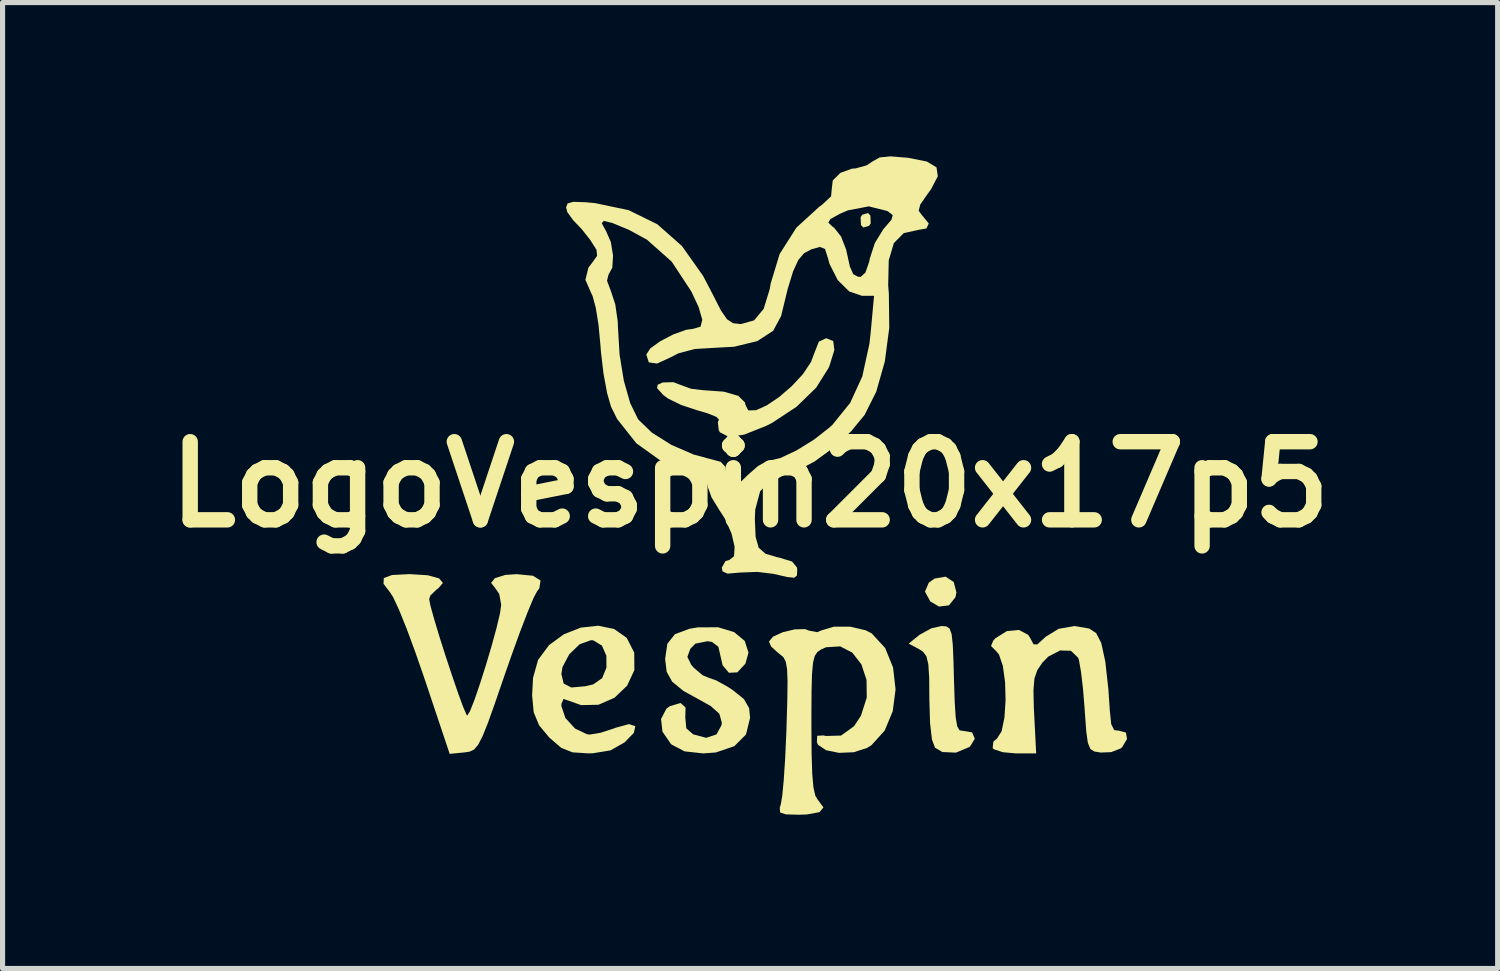
<source format=kicad_pcb>
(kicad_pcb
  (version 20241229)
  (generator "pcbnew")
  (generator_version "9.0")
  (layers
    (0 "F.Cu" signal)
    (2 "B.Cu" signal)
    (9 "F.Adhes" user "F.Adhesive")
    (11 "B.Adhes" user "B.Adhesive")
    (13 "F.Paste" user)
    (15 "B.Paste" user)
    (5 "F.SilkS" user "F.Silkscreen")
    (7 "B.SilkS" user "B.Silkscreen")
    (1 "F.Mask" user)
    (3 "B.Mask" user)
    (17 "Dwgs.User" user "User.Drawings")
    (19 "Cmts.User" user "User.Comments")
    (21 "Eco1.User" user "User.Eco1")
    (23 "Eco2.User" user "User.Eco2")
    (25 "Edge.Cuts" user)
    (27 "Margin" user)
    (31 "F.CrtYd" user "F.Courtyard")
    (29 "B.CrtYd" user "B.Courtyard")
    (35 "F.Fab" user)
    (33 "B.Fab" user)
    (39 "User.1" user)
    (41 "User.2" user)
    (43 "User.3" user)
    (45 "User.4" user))
  (footprint "LogoVespin20x17p5"
    (layer "F.Cu")
    (at 11.582 6.401)
    (property "Reference" "LogoVespin20x17p5" (at 0 0 0) (layer "F.SilkS") (effects (font (size 1.524 1.524) (thickness 0.3))))
    (attr board_only exclude_from_pos_files exclude_from_bom)
    (fp_poly (pts (xy 2.347 -5.246) (xy 2.353 -5.093) (xy 2.321 -5.046) (xy 2.209 -5.013) (xy 2.163 -5.062) (xy 2.156 -5.214) (xy 2.188 -5.262) (xy 2.301 -5.295)) (stroke (width 0) (type solid)) (fill yes) (layer "F.SilkS"))
    (fp_poly (pts (xy 3.972 1.902) (xy 4.025 2.103) (xy 4.007 2.198) (xy 3.879 2.358) (xy 3.685 2.381) (xy 3.516 2.282) (xy 3.411 2.089) (xy 3.487 1.914) (xy 3.6 1.835) (xy 3.814 1.798)) (stroke (width 0) (type solid)) (fill yes) (layer "F.SilkS"))
    (fp_poly (pts (xy 3.828 2.768) (xy 3.891 2.809) (xy 3.931 2.917) (xy 3.954 3.123) (xy 3.968 3.458) (xy 3.977 3.796) (xy 3.992 4.248) (xy 4.011 4.545) (xy 4.041 4.718) (xy 4.086 4.795) (xy 4.153 4.807) (xy 4.157 4.806) (xy 4.331 4.836) (xy 4.384 4.959) (xy 4.293 5.108) (xy 4.276 5.122) (xy 4.015 5.231) (xy 3.751 5.219) (xy 3.608 5.135) (xy 3.548 4.978) (xy 3.511 4.658) (xy 3.497 4.195) (xy 3.497 4.172) (xy 3.494 3.768) (xy 3.477 3.507) (xy 3.44 3.352) (xy 3.374 3.262) (xy 3.296 3.212) (xy 3.094 3.104) (xy 3.306 2.932) (xy 3.536 2.805) (xy 3.734 2.761)) (stroke (width 0) (type solid)) (fill yes) (layer "F.SilkS"))
    (fp_poly (pts (xy 1.622 -2.798) (xy 1.644 -2.623) (xy 1.55 -2.318) (xy 1.532 -2.275) (xy 1.288 -1.887) (xy 0.906 -1.516) (xy 0.433 -1.204) (xy 0.313 -1.143) (xy -0.118 -0.972) (xy -0.418 -0.93) (xy -0.589 -1.018) (xy -0.612 -1.062) (xy -0.629 -1.218) (xy -0.607 -1.264) (xy -0.654 -1.317) (xy -0.836 -1.391) (xy -1.033 -1.448) (xy -1.344 -1.551) (xy -1.603 -1.678) (xy -1.696 -1.748) (xy -1.815 -1.88) (xy -1.802 -1.946) (xy -1.707 -1.99) (xy -1.497 -1.996) (xy -1.369 -1.947) (xy -1.149 -1.867) (xy -0.933 -1.841) (xy -0.514 -1.811) (xy -0.229 -1.729) (xy -0.098 -1.599) (xy -0.092 -1.558) (xy -0.036 -1.446) (xy 0.113 -1.448) (xy 0.325 -1.543) (xy 0.568 -1.707) (xy 0.813 -1.918) (xy 1.031 -2.153) (xy 1.189 -2.391) (xy 1.253 -2.562) (xy 1.341 -2.786) (xy 1.484 -2.853)) (stroke (width 0) (type solid)) (fill yes) (layer "F.SilkS"))
    (fp_poly (pts (xy -2.654 2.818) (xy -2.407 2.991) (xy -2.26 3.279) (xy -2.257 3.621) (xy -2.399 3.925) (xy -2.645 4.16) (xy -2.958 4.297) (xy -3.296 4.304) (xy -3.503 4.23) (xy -3.639 4.184) (xy -3.68 4.278) (xy -3.681 4.322) (xy -3.603 4.555) (xy -3.414 4.761) (xy -3.181 4.872) (xy -3.126 4.878) (xy -2.916 4.843) (xy -2.651 4.757) (xy -2.622 4.745) (xy -2.362 4.674) (xy -2.239 4.715) (xy -2.267 4.845) (xy -2.447 5.03) (xy -2.721 5.186) (xy -3.066 5.243) (xy -3.161 5.245) (xy -3.466 5.225) (xy -3.683 5.138) (xy -3.908 4.945) (xy -3.92 4.933) (xy -4.116 4.697) (xy -4.221 4.444) (xy -4.252 4.115) (xy -4.234 3.773) (xy -4.213 3.697) (xy -3.681 3.697) (xy -3.636 3.883) (xy -3.487 3.96) (xy -3.209 3.935) (xy -3.059 3.899) (xy -2.886 3.778) (xy -2.802 3.572) (xy -2.804 3.34) (xy -2.89 3.143) (xy -3.057 3.041) (xy -3.103 3.037) (xy -3.324 3.116) (xy -3.528 3.313) (xy -3.66 3.562) (xy -3.681 3.697) (xy -4.213 3.697) (xy -4.135 3.421) (xy -3.923 3.134) (xy -3.633 2.922) (xy -3.302 2.792) (xy -2.964 2.755)) (stroke (width 0) (type solid)) (fill yes) (layer "F.SilkS"))
    (fp_poly (pts (xy -0.311 2.88) (xy -0.104 3.052) (xy -0.031 3.279) (xy -0.09 3.494) (xy -0.248 3.665) (xy -0.413 3.673) (xy -0.536 3.527) (xy -0.569 3.382) (xy -0.619 3.165) (xy -0.743 3.072) (xy -0.828 3.057) (xy -1.068 3.105) (xy -1.167 3.207) (xy -1.223 3.364) (xy -1.149 3.516) (xy -1.095 3.578) (xy -0.926 3.721) (xy -0.8 3.773) (xy -0.66 3.822) (xy -0.44 3.944) (xy -0.343 4.007) (xy -0.119 4.187) (xy -0.019 4.363) (xy 0 4.552) (xy -0.079 4.876) (xy -0.308 5.105) (xy -0.67 5.228) (xy -0.915 5.246) (xy -1.278 5.206) (xy -1.527 5.076) (xy -1.547 5.058) (xy -1.709 4.822) (xy -1.737 4.574) (xy -1.632 4.373) (xy -1.563 4.324) (xy -1.357 4.262) (xy -1.259 4.35) (xy -1.264 4.545) (xy -1.244 4.757) (xy -1.11 4.874) (xy -0.856 4.942) (xy -0.655 4.875) (xy -0.556 4.693) (xy -0.552 4.643) (xy -0.599 4.473) (xy -0.765 4.324) (xy -0.943 4.224) (xy -1.303 4.025) (xy -1.52 3.847) (xy -1.627 3.653) (xy -1.657 3.407) (xy -1.657 3.402) (xy -1.614 3.107) (xy -1.466 2.92) (xy -1.181 2.814) (xy -1.018 2.787) (xy -0.624 2.785)) (stroke (width 0) (type solid)) (fill yes) (layer "F.SilkS"))
    (fp_poly (pts (xy -4.237 1.78) (xy -4.088 1.872) (xy -4.11 2.023) (xy -4.156 2.086) (xy -4.226 2.218) (xy -4.341 2.494) (xy -4.489 2.879) (xy -4.657 3.343) (xy -4.787 3.715) (xy -4.973 4.255) (xy -5.112 4.646) (xy -5.219 4.912) (xy -5.305 5.078) (xy -5.384 5.17) (xy -5.469 5.211) (xy -5.573 5.227) (xy -5.577 5.227) (xy -5.86 5.255) (xy -6.356 3.773) (xy -6.531 3.269) (xy -6.698 2.817) (xy -6.846 2.45) (xy -6.961 2.202) (xy -7.015 2.115) (xy -7.151 1.937) (xy -7.145 1.825) (xy -6.986 1.766) (xy -6.658 1.749) (xy -6.632 1.749) (xy -6.285 1.771) (xy -6.066 1.832) (xy -5.992 1.92) (xy -6.082 2.026) (xy -6.107 2.041) (xy -6.236 2.165) (xy -6.26 2.236) (xy -6.234 2.37) (xy -6.163 2.626) (xy -6.061 2.965) (xy -5.94 3.345) (xy -5.813 3.728) (xy -5.695 4.073) (xy -5.597 4.34) (xy -5.532 4.49) (xy -5.518 4.508) (xy -5.466 4.427) (xy -5.379 4.209) (xy -5.272 3.896) (xy -5.155 3.529) (xy -5.042 3.149) (xy -4.946 2.798) (xy -4.879 2.516) (xy -4.855 2.346) (xy -4.893 2.136) (xy -4.97 2.024) (xy -5.052 1.92) (xy -4.978 1.827) (xy -4.774 1.764) (xy -4.555 1.749)) (stroke (width 0) (type solid)) (fill yes) (layer "F.SilkS"))
    (fp_poly (pts (xy 6.615 2.81) (xy 6.751 2.899) (xy 6.85 3.091) (xy 6.929 3.452) (xy 6.989 3.989) (xy 7.018 4.417) (xy 7.045 4.676) (xy 7.103 4.791) (xy 7.201 4.804) (xy 7.332 4.839) (xy 7.353 4.965) (xy 7.26 5.121) (xy 7.23 5.149) (xy 7.044 5.221) (xy 6.839 5.229) (xy 6.716 5.209) (xy 6.637 5.158) (xy 6.589 5.039) (xy 6.558 4.817) (xy 6.531 4.453) (xy 6.526 4.371) (xy 6.494 3.982) (xy 6.455 3.651) (xy 6.416 3.429) (xy 6.401 3.382) (xy 6.259 3.244) (xy 6.047 3.238) (xy 5.818 3.357) (xy 5.703 3.474) (xy 5.603 3.622) (xy 5.547 3.784) (xy 5.528 4.012) (xy 5.535 4.357) (xy 5.542 4.486) (xy 5.581 5.246) (xy 5.189 5.246) (xy 4.932 5.223) (xy 4.759 5.167) (xy 4.732 5.142) (xy 4.745 5.018) (xy 4.819 4.953) (xy 4.907 4.813) (xy 4.962 4.546) (xy 4.984 4.209) (xy 4.974 3.855) (xy 4.931 3.54) (xy 4.856 3.318) (xy 4.809 3.26) (xy 4.7 3.15) (xy 4.745 3.043) (xy 4.786 2.999) (xy 5.009 2.86) (xy 5.244 2.837) (xy 5.426 2.933) (xy 5.465 2.996) (xy 5.53 3.118) (xy 5.603 3.119) (xy 5.74 2.995) (xy 5.762 2.973) (xy 6.018 2.816) (xy 6.327 2.761)) (stroke (width 0) (type solid)) (fill yes) (layer "F.SilkS"))
    (fp_poly (pts (xy 2.255 2.844) (xy 2.373 2.905) (xy 2.635 3.19) (xy 2.789 3.57) (xy 2.838 3.997) (xy 2.783 4.423) (xy 2.625 4.802) (xy 2.368 5.085) (xy 2.28 5.14) (xy 2.021 5.223) (xy 1.735 5.235) (xy 1.483 5.184) (xy 1.325 5.078) (xy 1.303 5.025) (xy 1.31 4.902) (xy 1.433 4.895) (xy 1.478 4.906) (xy 1.774 4.898) (xy 2.028 4.715) (xy 2.162 4.511) (xy 2.276 4.158) (xy 2.272 3.814) (xy 2.172 3.51) (xy 1.994 3.28) (xy 1.758 3.158) (xy 1.483 3.175) (xy 1.389 3.216) (xy 1.314 3.267) (xy 1.262 3.344) (xy 1.228 3.477) (xy 1.208 3.698) (xy 1.199 4.034) (xy 1.196 4.516) (xy 1.196 4.685) (xy 1.2 5.24) (xy 1.212 5.637) (xy 1.235 5.905) (xy 1.272 6.069) (xy 1.325 6.158) (xy 1.333 6.165) (xy 1.431 6.3) (xy 1.354 6.392) (xy 1.106 6.437) (xy 0.95 6.442) (xy 0.696 6.435) (xy 0.586 6.398) (xy 0.579 6.306) (xy 0.6 6.235) (xy 0.628 6.07) (xy 0.657 5.761) (xy 0.684 5.348) (xy 0.706 4.871) (xy 0.711 4.723) (xy 0.726 4.207) (xy 0.731 3.845) (xy 0.722 3.605) (xy 0.696 3.456) (xy 0.649 3.368) (xy 0.579 3.309) (xy 0.561 3.297) (xy 0.412 3.163) (xy 0.368 3.065) (xy 0.448 2.968) (xy 0.64 2.881) (xy 0.872 2.826) (xy 1.073 2.821) (xy 1.147 2.85) (xy 1.311 2.881) (xy 1.384 2.849) (xy 1.632 2.774) (xy 1.953 2.774)) (stroke (width 0) (type solid)) (fill yes) (layer "F.SilkS"))
    (fp_poly (pts (xy 3.077 -6.373) (xy 3.088 -6.372) (xy 3.449 -6.3) (xy 3.637 -6.186) (xy 3.662 -6.013) (xy 3.532 -5.762) (xy 3.461 -5.665) (xy 3.32 -5.461) (xy 3.289 -5.34) (xy 3.357 -5.248) (xy 3.361 -5.244) (xy 3.486 -5.091) (xy 3.44 -4.994) (xy 3.29 -4.968) (xy 2.998 -4.904) (xy 2.805 -4.709) (xy 2.705 -4.373) (xy 2.694 -3.886) (xy 2.707 -3.721) (xy 2.715 -3.057) (xy 2.629 -2.402) (xy 2.461 -1.81) (xy 2.234 -1.357) (xy 1.967 -1.033) (xy 1.624 -0.716) (xy 1.257 -0.448) (xy 0.918 -0.268) (xy 0.767 -0.222) (xy 0.413 -0.096) (xy 0.196 0.134) (xy 0.101 0.489) (xy 0.093 0.671) (xy 0.108 1.022) (xy 0.168 1.234) (xy 0.303 1.352) (xy 0.54 1.421) (xy 0.575 1.428) (xy 0.819 1.503) (xy 0.915 1.619) (xy 0.92 1.667) (xy 0.914 1.775) (xy 0.863 1.819) (xy 0.723 1.805) (xy 0.46 1.744) (xy 0.138 1.705) (xy -0.197 1.718) (xy -0.207 1.719) (xy -0.438 1.739) (xy -0.537 1.696) (xy -0.552 1.622) (xy -0.479 1.493) (xy -0.404 1.472) (xy -0.313 1.4) (xy -0.302 1.213) (xy -0.362 0.957) (xy -0.483 0.68) (xy -0.606 0.489) (xy -0.75 0.255) (xy -0.825 0.047) (xy -0.828 0.013) (xy -0.891 -0.137) (xy -1.101 -0.228) (xy -1.127 -0.234) (xy -1.722 -0.448) (xy -2.219 -0.804) (xy -2.594 -1.278) (xy -2.713 -1.518) (xy -2.789 -1.782) (xy -2.859 -2.161) (xy -2.909 -2.585) (xy -2.919 -2.715) (xy -2.956 -3.112) (xy -3.011 -3.451) (xy -3.073 -3.679) (xy -3.096 -3.725) (xy -3.212 -3.992) (xy -3.154 -4.23) (xy -3.073 -4.336) (xy -2.984 -4.461) (xy -2.997 -4.58) (xy -3.115 -4.766) (xy -3.286 -4.983) (xy -3.396 -5.098) (xy -2.894 -5.098) (xy -2.822 -4.964) (xy -2.812 -4.949) (xy -2.716 -4.729) (xy -2.673 -4.465) (xy -2.688 -4.229) (xy -2.761 -4.095) (xy -2.791 -3.976) (xy -2.715 -3.773) (xy -2.63 -3.515) (xy -2.582 -3.184) (xy -2.577 -3.058) (xy -2.546 -2.534) (xy -2.463 -2.026) (xy -2.339 -1.588) (xy -2.186 -1.276) (xy -2.179 -1.266) (xy -1.915 -1.011) (xy -1.534 -0.772) (xy -1.103 -0.585) (xy -0.8 -0.503) (xy -0.574 -0.443) (xy -0.479 -0.342) (xy -0.46 -0.174) (xy -0.439 0.025) (xy -0.362 0.075) (xy -0.21 -0.024) (xy -0.046 -0.184) (xy 0.152 -0.358) (xy 0.321 -0.454) (xy 0.356 -0.46) (xy 0.593 -0.517) (xy 0.909 -0.666) (xy 1.248 -0.876) (xy 1.552 -1.114) (xy 1.608 -1.166) (xy 1.953 -1.593) (xy 2.189 -2.108) (xy 2.328 -2.745) (xy 2.355 -2.989) (xy 2.418 -3.681) (xy 2.182 -3.681) (xy 1.934 -3.765) (xy 1.709 -3.988) (xy 1.549 -4.304) (xy 1.519 -4.415) (xy 1.462 -4.594) (xy 1.361 -4.634) (xy 1.195 -4.587) (xy 1.055 -4.513) (xy 0.941 -4.38) (xy 0.839 -4.157) (xy 0.734 -3.815) (xy 0.614 -3.324) (xy 0.606 -3.287) (xy 0.45 -2.998) (xy 0.14 -2.797) (xy -0.311 -2.687) (xy -0.644 -2.669) (xy -1.079 -2.643) (xy -1.397 -2.559) (xy -1.547 -2.482) (xy -1.815 -2.359) (xy -1.975 -2.382) (xy -2.025 -2.534) (xy -1.947 -2.654) (xy -1.752 -2.795) (xy -1.499 -2.927) (xy -1.248 -3.017) (xy -1.108 -3.037) (xy -0.967 -3.078) (xy -0.932 -3.213) (xy -1.004 -3.461) (xy -1.146 -3.765) (xy -1.528 -4.346) (xy -2.011 -4.775) (xy -2.363 -4.967) (xy -2.681 -5.099) (xy -2.852 -5.142) (xy -2.894 -5.098) (xy -3.396 -5.098) (xy -3.441 -5.145) (xy -3.447 -5.15) (xy -3.566 -5.314) (xy -3.589 -5.408) (xy -3.56 -5.483) (xy -3.446 -5.514) (xy -3.209 -5.506) (xy -3.024 -5.489) (xy -2.368 -5.351) (xy -1.809 -5.076) (xy -1.33 -4.653) (xy -0.917 -4.07) (xy -0.726 -3.704) (xy -0.57 -3.397) (xy -0.45 -3.223) (xy -0.331 -3.146) (xy -0.181 -3.129) (xy 0.079 -3.202) (xy 0.265 -3.427) (xy 0.384 -3.814) (xy 0.402 -3.922) (xy 0.576 -4.495) (xy 0.903 -5.01) (xy 1.011 -5.109) (xy 1.526 -5.109) (xy 1.613 -5.026) (xy 1.64 -5.008) (xy 1.775 -4.837) (xy 1.875 -4.579) (xy 1.884 -4.535) (xy 1.947 -4.25) (xy 2.012 -4.103) (xy 2.105 -4.053) (xy 2.156 -4.049) (xy 2.249 -4.132) (xy 2.323 -4.343) (xy 2.334 -4.403) (xy 2.433 -4.709) (xy 2.6 -4.981) (xy 2.617 -5) (xy 2.759 -5.166) (xy 2.782 -5.255) (xy 2.693 -5.325) (xy 2.67 -5.337) (xy 2.316 -5.425) (xy 1.909 -5.348) (xy 1.756 -5.282) (xy 1.568 -5.179) (xy 1.526 -5.109) (xy 1.011 -5.109) (xy 1.353 -5.421) (xy 1.4 -5.453) (xy 1.581 -5.622) (xy 1.593 -5.765) (xy 1.613 -5.932) (xy 1.762 -6.079) (xy 1.987 -6.161) (xy 2.058 -6.166) (xy 2.275 -6.226) (xy 2.391 -6.303) (xy 2.528 -6.38) (xy 2.74 -6.401)) (stroke (width 0) (type solid)) (fill yes) (layer "F.SilkS")))
  (gr_rect
    (start -3 -3)
    (end 26.165 15.843)
    (stroke (width 0.1) (type default))
    (fill no)
    (layer "Edge.Cuts")))
</source>
